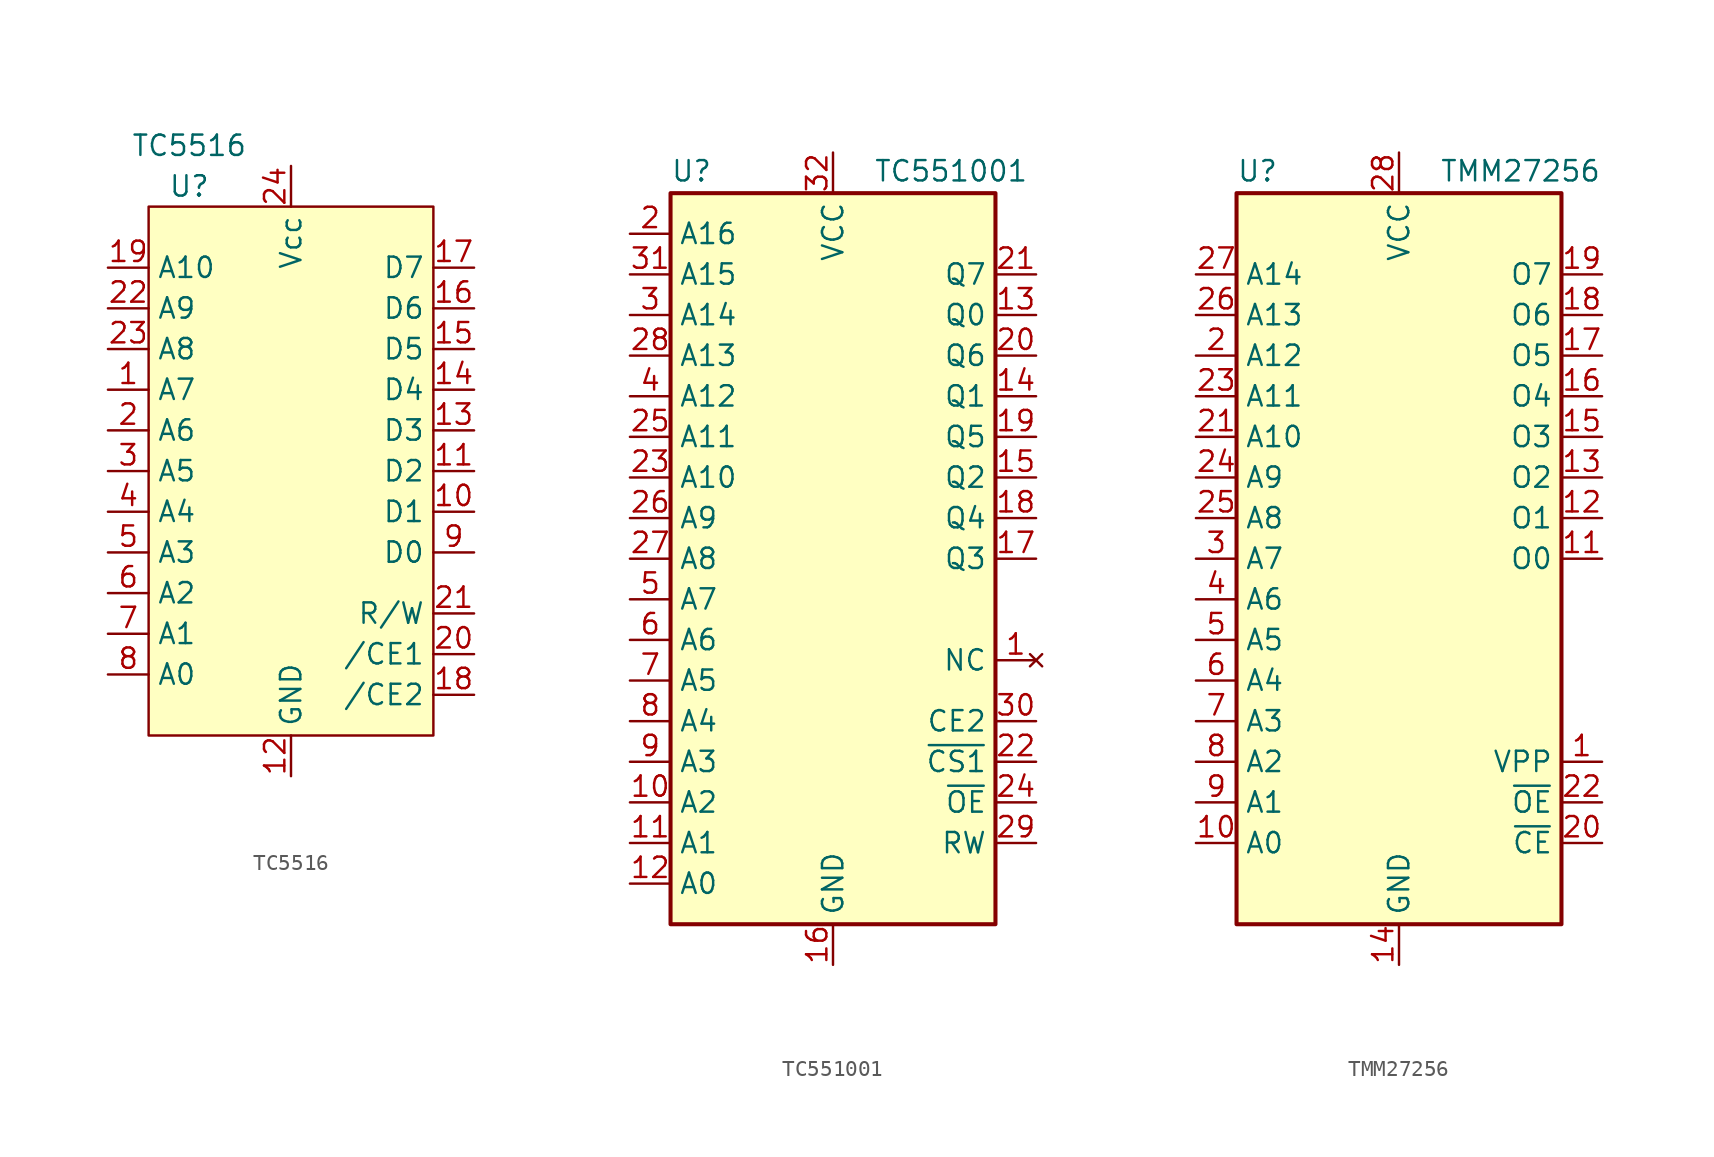
<source format=kicad_sym>
(kicad_symbol_lib
  (version 20211014)
  (generator kicad_symbol_editor)
  (symbol "TC5516"
    (property "Reference" "U"
      (at 2.54 0 0)
      (effects (font (size 1.27 1.27))))
    (property "Value" "TC5516"
      (at 2.54 2.54 0)
      (effects (font (size 1.27 1.27))))
    (symbol "TC5516_0_1"
      (rectangle (start 0 -1.27) (end 17.78 -34.29) (stroke (width 0) (type default) (color 0 0 0 0)) (fill (type background))))
    (symbol "TC5516_1_1"
      (pin input line (at -2.54 -12.7 0) (length 2.54) (name "A7" (effects (font (size 1.27 1.27)))) (number "1" (effects (font (size 1.27 1.27)))))
      (pin bidirectional line (at 20.32 -20.32 180) (length 2.54) (name "D1" (effects (font (size 1.27 1.27)))) (number "10" (effects (font (size 1.27 1.27)))))
      (pin bidirectional line (at 20.32 -17.78 180) (length 2.54) (name "D2" (effects (font (size 1.27 1.27)))) (number "11" (effects (font (size 1.27 1.27)))))
      (pin power_in line (at 8.89 -36.83 90) (length 2.54) (name "GND" (effects (font (size 1.27 1.27)))) (number "12" (effects (font (size 1.27 1.27)))))
      (pin bidirectional line (at 20.32 -15.24 180) (length 2.54) (name "D3" (effects (font (size 1.27 1.27)))) (number "13" (effects (font (size 1.27 1.27)))))
      (pin bidirectional line (at 20.32 -12.7 180) (length 2.54) (name "D4" (effects (font (size 1.27 1.27)))) (number "14" (effects (font (size 1.27 1.27)))))
      (pin bidirectional line (at 20.32 -10.16 180) (length 2.54) (name "D5" (effects (font (size 1.27 1.27)))) (number "15" (effects (font (size 1.27 1.27)))))
      (pin bidirectional line (at 20.32 -7.62 180) (length 2.54) (name "D6" (effects (font (size 1.27 1.27)))) (number "16" (effects (font (size 1.27 1.27)))))
      (pin bidirectional line (at 20.32 -5.08 180) (length 2.54) (name "D7" (effects (font (size 1.27 1.27)))) (number "17" (effects (font (size 1.27 1.27)))))
      (pin input line (at 20.32 -31.75 180) (length 2.54) (name "/CE2" (effects (font (size 1.27 1.27)))) (number "18" (effects (font (size 1.27 1.27)))))
      (pin input line (at -2.54 -5.08 0) (length 2.54) (name "A10" (effects (font (size 1.27 1.27)))) (number "19" (effects (font (size 1.27 1.27)))))
      (pin input line (at -2.54 -15.24 0) (length 2.54) (name "A6" (effects (font (size 1.27 1.27)))) (number "2" (effects (font (size 1.27 1.27)))))
      (pin input line (at 20.32 -29.21 180) (length 2.54) (name "/CE1" (effects (font (size 1.27 1.27)))) (number "20" (effects (font (size 1.27 1.27)))))
      (pin input line (at 20.32 -26.67 180) (length 2.54) (name "R/W" (effects (font (size 1.27 1.27)))) (number "21" (effects (font (size 1.27 1.27)))))
      (pin input line (at -2.54 -7.62 0) (length 2.54) (name "A9" (effects (font (size 1.27 1.27)))) (number "22" (effects (font (size 1.27 1.27)))))
      (pin input line (at -2.54 -10.16 0) (length 2.54) (name "A8" (effects (font (size 1.27 1.27)))) (number "23" (effects (font (size 1.27 1.27)))))
      (pin power_in line (at 8.89 1.27 270) (length 2.54) (name "Vcc" (effects (font (size 1.27 1.27)))) (number "24" (effects (font (size 1.27 1.27)))))
      (pin input line (at -2.54 -17.78 0) (length 2.54) (name "A5" (effects (font (size 1.27 1.27)))) (number "3" (effects (font (size 1.27 1.27)))))
      (pin input line (at -2.54 -20.32 0) (length 2.54) (name "A4" (effects (font (size 1.27 1.27)))) (number "4" (effects (font (size 1.27 1.27)))))
      (pin input line (at -2.54 -22.86 0) (length 2.54) (name "A3" (effects (font (size 1.27 1.27)))) (number "5" (effects (font (size 1.27 1.27)))))
      (pin input line (at -2.54 -25.4 0) (length 2.54) (name "A2" (effects (font (size 1.27 1.27)))) (number "6" (effects (font (size 1.27 1.27)))))
      (pin input line (at -2.54 -27.94 0) (length 2.54) (name "A1" (effects (font (size 1.27 1.27)))) (number "7" (effects (font (size 1.27 1.27)))))
      (pin input line (at -2.54 -30.48 0) (length 2.54) (name "A0" (effects (font (size 1.27 1.27)))) (number "8" (effects (font (size 1.27 1.27)))))
      (pin bidirectional line (at 20.32 -22.86 180) (length 2.54) (name "D0" (effects (font (size 1.27 1.27)))) (number "9" (effects (font (size 1.27 1.27)))))))
  (symbol "TC551001"
    (property "Reference" "U"
      (at -10.16 23.495 0)
      (effects (font (size 1.27 1.27)) (justify left bottom)))
    (property "Value" "TC551001"
      (at 2.54 23.495 0)
      (effects (font (size 1.27 1.27)) (justify left bottom)))
    (symbol "TC551001_0_0"
      (pin power_in line (at 0 -25.4 90) (length 2.54) (name "GND" (effects (font (size 1.27 1.27)))) (number "16" (effects (font (size 1.27 1.27)))))
      (pin power_in line (at 0 25.4 270) (length 2.54) (name "VCC" (effects (font (size 1.27 1.27)))) (number "32" (effects (font (size 1.27 1.27))))))
    (symbol "TC551001_0_1"
      (rectangle (start -10.16 22.86) (end 10.16 -22.86) (stroke (width 0.254) (type default) (color 0 0 0 0)) (fill (type background))))
    (symbol "TC551001_1_1"
      (pin no_connect line (at 12.7 -6.35 180) (length 2.54) (name "NC" (effects (font (size 1.27 1.27)))) (number "1" (effects (font (size 1.27 1.27)))))
      (pin input line (at -12.7 -15.24 0) (length 2.54) (name "A2" (effects (font (size 1.27 1.27)))) (number "10" (effects (font (size 1.27 1.27)))))
      (pin input line (at -12.7 -17.78 0) (length 2.54) (name "A1" (effects (font (size 1.27 1.27)))) (number "11" (effects (font (size 1.27 1.27)))))
      (pin input line (at -12.7 -20.32 0) (length 2.54) (name "A0" (effects (font (size 1.27 1.27)))) (number "12" (effects (font (size 1.27 1.27)))))
      (pin tri_state line (at 12.7 15.24 180) (length 2.54) (name "Q0" (effects (font (size 1.27 1.27)))) (number "13" (effects (font (size 1.27 1.27)))))
      (pin tri_state line (at 12.7 10.16 180) (length 2.54) (name "Q1" (effects (font (size 1.27 1.27)))) (number "14" (effects (font (size 1.27 1.27)))))
      (pin tri_state line (at 12.7 5.08 180) (length 2.54) (name "Q2" (effects (font (size 1.27 1.27)))) (number "15" (effects (font (size 1.27 1.27)))))
      (pin tri_state line (at 12.7 0 180) (length 2.54) (name "Q3" (effects (font (size 1.27 1.27)))) (number "17" (effects (font (size 1.27 1.27)))))
      (pin tri_state line (at 12.7 2.54 180) (length 2.54) (name "Q4" (effects (font (size 1.27 1.27)))) (number "18" (effects (font (size 1.27 1.27)))))
      (pin tri_state line (at 12.7 7.62 180) (length 2.54) (name "Q5" (effects (font (size 1.27 1.27)))) (number "19" (effects (font (size 1.27 1.27)))))
      (pin input line (at -12.7 20.32 0) (length 2.54) (name "A16" (effects (font (size 1.27 1.27)))) (number "2" (effects (font (size 1.27 1.27)))))
      (pin tri_state line (at 12.7 12.7 180) (length 2.54) (name "Q6" (effects (font (size 1.27 1.27)))) (number "20" (effects (font (size 1.27 1.27)))))
      (pin tri_state line (at 12.7 17.78 180) (length 2.54) (name "Q7" (effects (font (size 1.27 1.27)))) (number "21" (effects (font (size 1.27 1.27)))))
      (pin input line (at 12.7 -12.7 180) (length 2.54) (name "~{CS1}" (effects (font (size 1.27 1.27)))) (number "22" (effects (font (size 1.27 1.27)))))
      (pin input line (at -12.7 5.08 0) (length 2.54) (name "A10" (effects (font (size 1.27 1.27)))) (number "23" (effects (font (size 1.27 1.27)))))
      (pin input line (at 12.7 -15.24 180) (length 2.54) (name "~{OE}" (effects (font (size 1.27 1.27)))) (number "24" (effects (font (size 1.27 1.27)))))
      (pin input line (at -12.7 7.62 0) (length 2.54) (name "A11" (effects (font (size 1.27 1.27)))) (number "25" (effects (font (size 1.27 1.27)))))
      (pin input line (at -12.7 2.54 0) (length 2.54) (name "A9" (effects (font (size 1.27 1.27)))) (number "26" (effects (font (size 1.27 1.27)))))
      (pin input line (at -12.7 0 0) (length 2.54) (name "A8" (effects (font (size 1.27 1.27)))) (number "27" (effects (font (size 1.27 1.27)))))
      (pin input line (at -12.7 12.7 0) (length 2.54) (name "A13" (effects (font (size 1.27 1.27)))) (number "28" (effects (font (size 1.27 1.27)))))
      (pin input line (at 12.7 -17.78 180) (length 2.54) (name "RW" (effects (font (size 1.27 1.27)))) (number "29" (effects (font (size 1.27 1.27)))))
      (pin input line (at -12.7 15.24 0) (length 2.54) (name "A14" (effects (font (size 1.27 1.27)))) (number "3" (effects (font (size 1.27 1.27)))))
      (pin input line (at 12.7 -10.16 180) (length 2.54) (name "CE2" (effects (font (size 1.27 1.27)))) (number "30" (effects (font (size 1.27 1.27)))))
      (pin input line (at -12.7 17.78 0) (length 2.54) (name "A15" (effects (font (size 1.27 1.27)))) (number "31" (effects (font (size 1.27 1.27)))))
      (pin input line (at -12.7 10.16 0) (length 2.54) (name "A12" (effects (font (size 1.27 1.27)))) (number "4" (effects (font (size 1.27 1.27)))))
      (pin input line (at -12.7 -2.54 0) (length 2.54) (name "A7" (effects (font (size 1.27 1.27)))) (number "5" (effects (font (size 1.27 1.27)))))
      (pin input line (at -12.7 -5.08 0) (length 2.54) (name "A6" (effects (font (size 1.27 1.27)))) (number "6" (effects (font (size 1.27 1.27)))))
      (pin input line (at -12.7 -7.62 0) (length 2.54) (name "A5" (effects (font (size 1.27 1.27)))) (number "7" (effects (font (size 1.27 1.27)))))
      (pin input line (at -12.7 -10.16 0) (length 2.54) (name "A4" (effects (font (size 1.27 1.27)))) (number "8" (effects (font (size 1.27 1.27)))))
      (pin input line (at -12.7 -12.7 0) (length 2.54) (name "A3" (effects (font (size 1.27 1.27)))) (number "9" (effects (font (size 1.27 1.27)))))))
  (symbol "TMM27256"
    (property "Reference" "U"
      (at -10.16 23.495 0)
      (effects (font (size 1.27 1.27)) (justify left bottom)))
    (property "Value" "TMM27256"
      (at 2.54 23.495 0)
      (effects (font (size 1.27 1.27)) (justify left bottom)))
    (symbol "TMM27256_0_0"
      (pin power_in line (at 0 -25.4 90) (length 2.54) (name "GND" (effects (font (size 1.27 1.27)))) (number "14" (effects (font (size 1.27 1.27)))))
      (pin power_in line (at 0 25.4 270) (length 2.54) (name "VCC" (effects (font (size 1.27 1.27)))) (number "28" (effects (font (size 1.27 1.27))))))
    (symbol "TMM27256_0_1"
      (rectangle (start -10.16 22.86) (end 10.16 -22.86) (stroke (width 0.254) (type default) (color 0 0 0 0)) (fill (type background))))
    (symbol "TMM27256_1_1"
      (pin power_in line (at 12.7 -12.7 180) (length 2.54) (name "VPP" (effects (font (size 1.27 1.27)))) (number "1" (effects (font (size 1.27 1.27)))))
      (pin input line (at -12.7 -17.78 0) (length 2.54) (name "A0" (effects (font (size 1.27 1.27)))) (number "10" (effects (font (size 1.27 1.27)))))
      (pin tri_state line (at 12.7 0 180) (length 2.54) (name "O0" (effects (font (size 1.27 1.27)))) (number "11" (effects (font (size 1.27 1.27)))))
      (pin tri_state line (at 12.7 2.54 180) (length 2.54) (name "O1" (effects (font (size 1.27 1.27)))) (number "12" (effects (font (size 1.27 1.27)))))
      (pin tri_state line (at 12.7 5.08 180) (length 2.54) (name "O2" (effects (font (size 1.27 1.27)))) (number "13" (effects (font (size 1.27 1.27)))))
      (pin tri_state line (at 12.7 7.62 180) (length 2.54) (name "O3" (effects (font (size 1.27 1.27)))) (number "15" (effects (font (size 1.27 1.27)))))
      (pin tri_state line (at 12.7 10.16 180) (length 2.54) (name "O4" (effects (font (size 1.27 1.27)))) (number "16" (effects (font (size 1.27 1.27)))))
      (pin tri_state line (at 12.7 12.7 180) (length 2.54) (name "O5" (effects (font (size 1.27 1.27)))) (number "17" (effects (font (size 1.27 1.27)))))
      (pin tri_state line (at 12.7 15.24 180) (length 2.54) (name "O6" (effects (font (size 1.27 1.27)))) (number "18" (effects (font (size 1.27 1.27)))))
      (pin tri_state line (at 12.7 17.78 180) (length 2.54) (name "O7" (effects (font (size 1.27 1.27)))) (number "19" (effects (font (size 1.27 1.27)))))
      (pin input line (at -12.7 12.7 0) (length 2.54) (name "A12" (effects (font (size 1.27 1.27)))) (number "2" (effects (font (size 1.27 1.27)))))
      (pin input line (at 12.7 -17.78 180) (length 2.54) (name "~{CE}" (effects (font (size 1.27 1.27)))) (number "20" (effects (font (size 1.27 1.27)))))
      (pin input line (at -12.7 7.62 0) (length 2.54) (name "A10" (effects (font (size 1.27 1.27)))) (number "21" (effects (font (size 1.27 1.27)))))
      (pin input line (at 12.7 -15.24 180) (length 2.54) (name "~{OE}" (effects (font (size 1.27 1.27)))) (number "22" (effects (font (size 1.27 1.27)))))
      (pin input line (at -12.7 10.16 0) (length 2.54) (name "A11" (effects (font (size 1.27 1.27)))) (number "23" (effects (font (size 1.27 1.27)))))
      (pin input line (at -12.7 5.08 0) (length 2.54) (name "A9" (effects (font (size 1.27 1.27)))) (number "24" (effects (font (size 1.27 1.27)))))
      (pin input line (at -12.7 2.54 0) (length 2.54) (name "A8" (effects (font (size 1.27 1.27)))) (number "25" (effects (font (size 1.27 1.27)))))
      (pin input line (at -12.7 15.24 0) (length 2.54) (name "A13" (effects (font (size 1.27 1.27)))) (number "26" (effects (font (size 1.27 1.27)))))
      (pin input line (at -12.7 17.78 0) (length 2.54) (name "A14" (effects (font (size 1.27 1.27)))) (number "27" (effects (font (size 1.27 1.27)))))
      (pin input line (at -12.7 0 0) (length 2.54) (name "A7" (effects (font (size 1.27 1.27)))) (number "3" (effects (font (size 1.27 1.27)))))
      (pin input line (at -12.7 -2.54 0) (length 2.54) (name "A6" (effects (font (size 1.27 1.27)))) (number "4" (effects (font (size 1.27 1.27)))))
      (pin input line (at -12.7 -5.08 0) (length 2.54) (name "A5" (effects (font (size 1.27 1.27)))) (number "5" (effects (font (size 1.27 1.27)))))
      (pin input line (at -12.7 -7.62 0) (length 2.54) (name "A4" (effects (font (size 1.27 1.27)))) (number "6" (effects (font (size 1.27 1.27)))))
      (pin input line (at -12.7 -10.16 0) (length 2.54) (name "A3" (effects (font (size 1.27 1.27)))) (number "7" (effects (font (size 1.27 1.27)))))
      (pin input line (at -12.7 -12.7 0) (length 2.54) (name "A2" (effects (font (size 1.27 1.27)))) (number "8" (effects (font (size 1.27 1.27)))))
      (pin input line (at -12.7 -15.24 0) (length 2.54) (name "A1" (effects (font (size 1.27 1.27)))) (number "9" (effects (font (size 1.27 1.27))))))))
</source>
